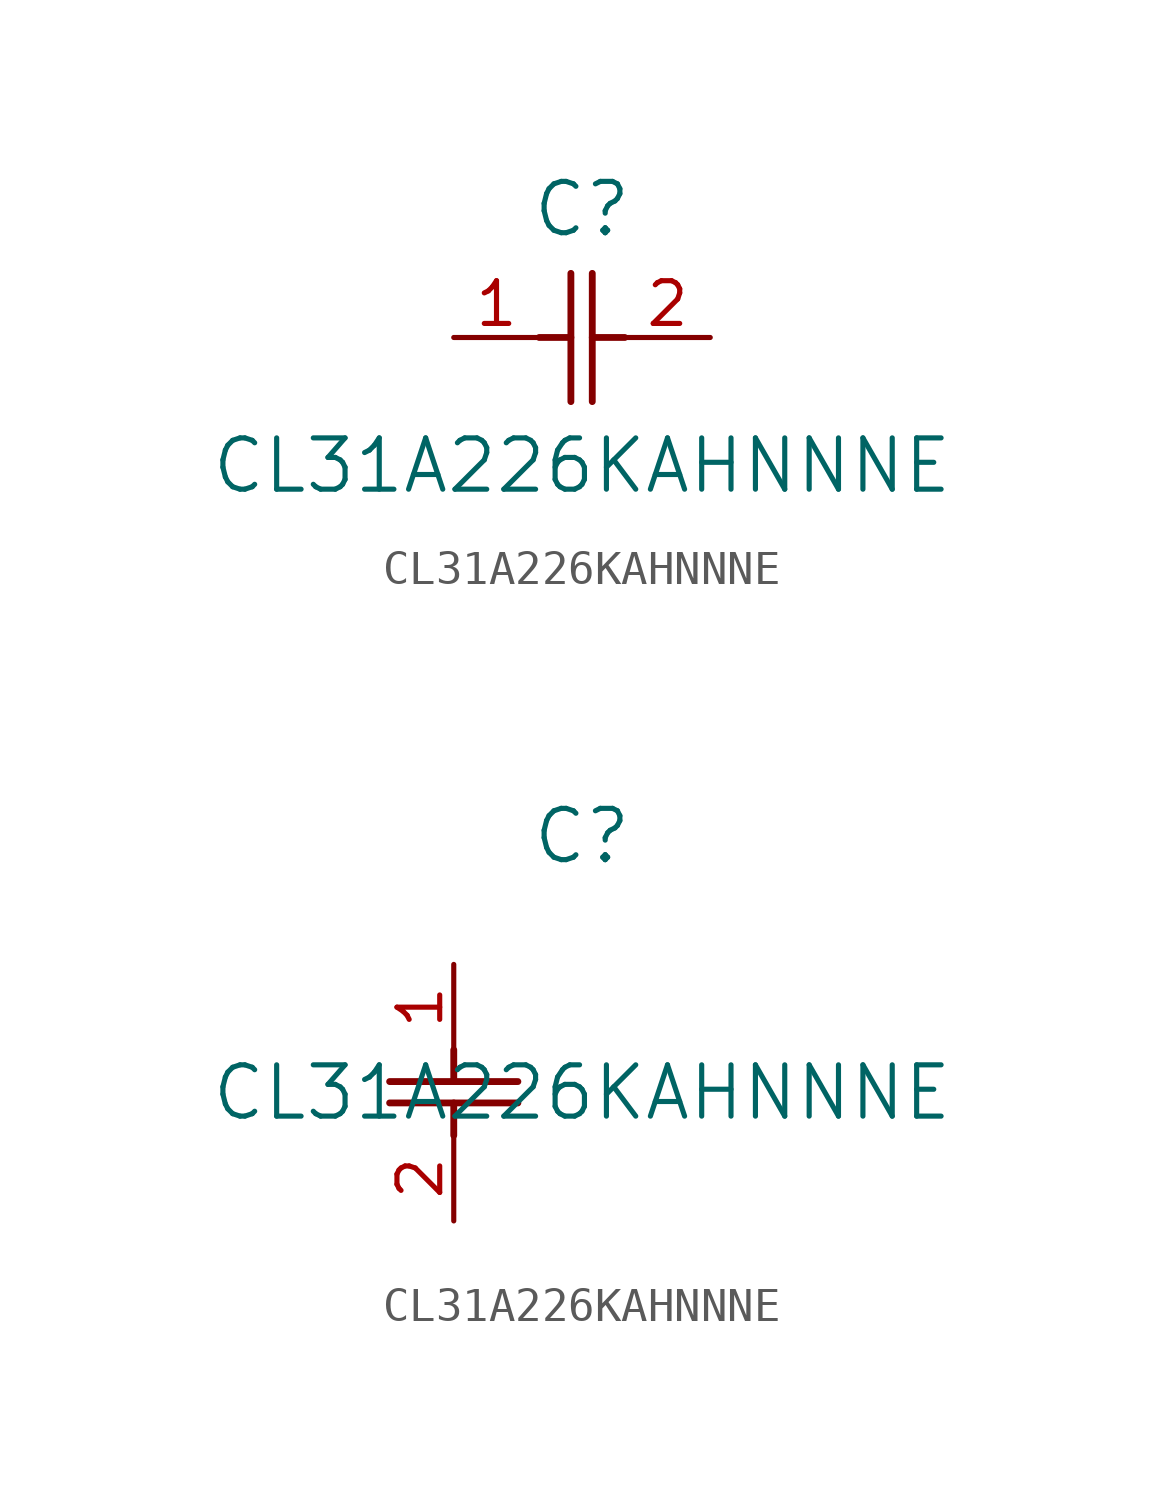
<source format=kicad_sym>
(kicad_symbol_lib
  (version 20211014)
  (generator kicad_symbol_editor)
  (symbol "CL31A226KAHNNNE"
    (pin_names
      (offset 0.254))
    (property "Reference" "C"
      (at 3.81 3.81 0)
      (effects (font (size 1.524 1.524))))
    (property "Value" "CL31A226KAHNNNE"
      (at 3.81 -3.81 0)
      (effects (font (size 1.524 1.524))))
    (symbol "CL31A226KAHNNNE_1_1"
      (polyline (pts (xy 3.48 -1.905) (xy 3.48 1.905)) (stroke (width 0.203) (type default) (color 0 0 0 0)) (fill (type none)))
      (polyline (pts (xy 4.115 -1.905) (xy 4.115 1.905)) (stroke (width 0.203) (type default) (color 0 0 0 0)) (fill (type none)))
      (polyline (pts (xy 4.115 0) (xy 5.08 0)) (stroke (width 0.203) (type default) (color 0 0 0 0)) (fill (type none)))
      (polyline (pts (xy 2.54 0) (xy 3.48 0)) (stroke (width 0.203) (type default) (color 0 0 0 0)) (fill (type none)))
      (pin unspecified line (at 0 0 0) (length 2.54) (name "" (effects (font (size 1.27 1.27)))) (number "1" (effects (font (size 1.27 1.27)))))
      (pin unspecified line (at 7.62 0 180) (length 2.54) (name "" (effects (font (size 1.27 1.27)))) (number "2" (effects (font (size 1.27 1.27))))))
    (symbol "CL31A226KAHNNNE_1_2"
      (polyline (pts (xy -1.905 -3.48) (xy 1.905 -3.48)) (stroke (width 0.203) (type default) (color 0 0 0 0)) (fill (type none)))
      (polyline (pts (xy -1.905 -4.115) (xy 1.905 -4.115)) (stroke (width 0.203) (type default) (color 0 0 0 0)) (fill (type none)))
      (polyline (pts (xy 0 -4.115) (xy 0 -5.08)) (stroke (width 0.203) (type default) (color 0 0 0 0)) (fill (type none)))
      (polyline (pts (xy 0 -2.54) (xy 0 -3.48)) (stroke (width 0.203) (type default) (color 0 0 0 0)) (fill (type none)))
      (pin unspecified line (at 0 0 270) (length 2.54) (name "" (effects (font (size 1.27 1.27)))) (number "1" (effects (font (size 1.27 1.27)))))
      (pin unspecified line (at 0 -7.62 90) (length 2.54) (name "" (effects (font (size 1.27 1.27)))) (number "2" (effects (font (size 1.27 1.27))))))))
</source>
